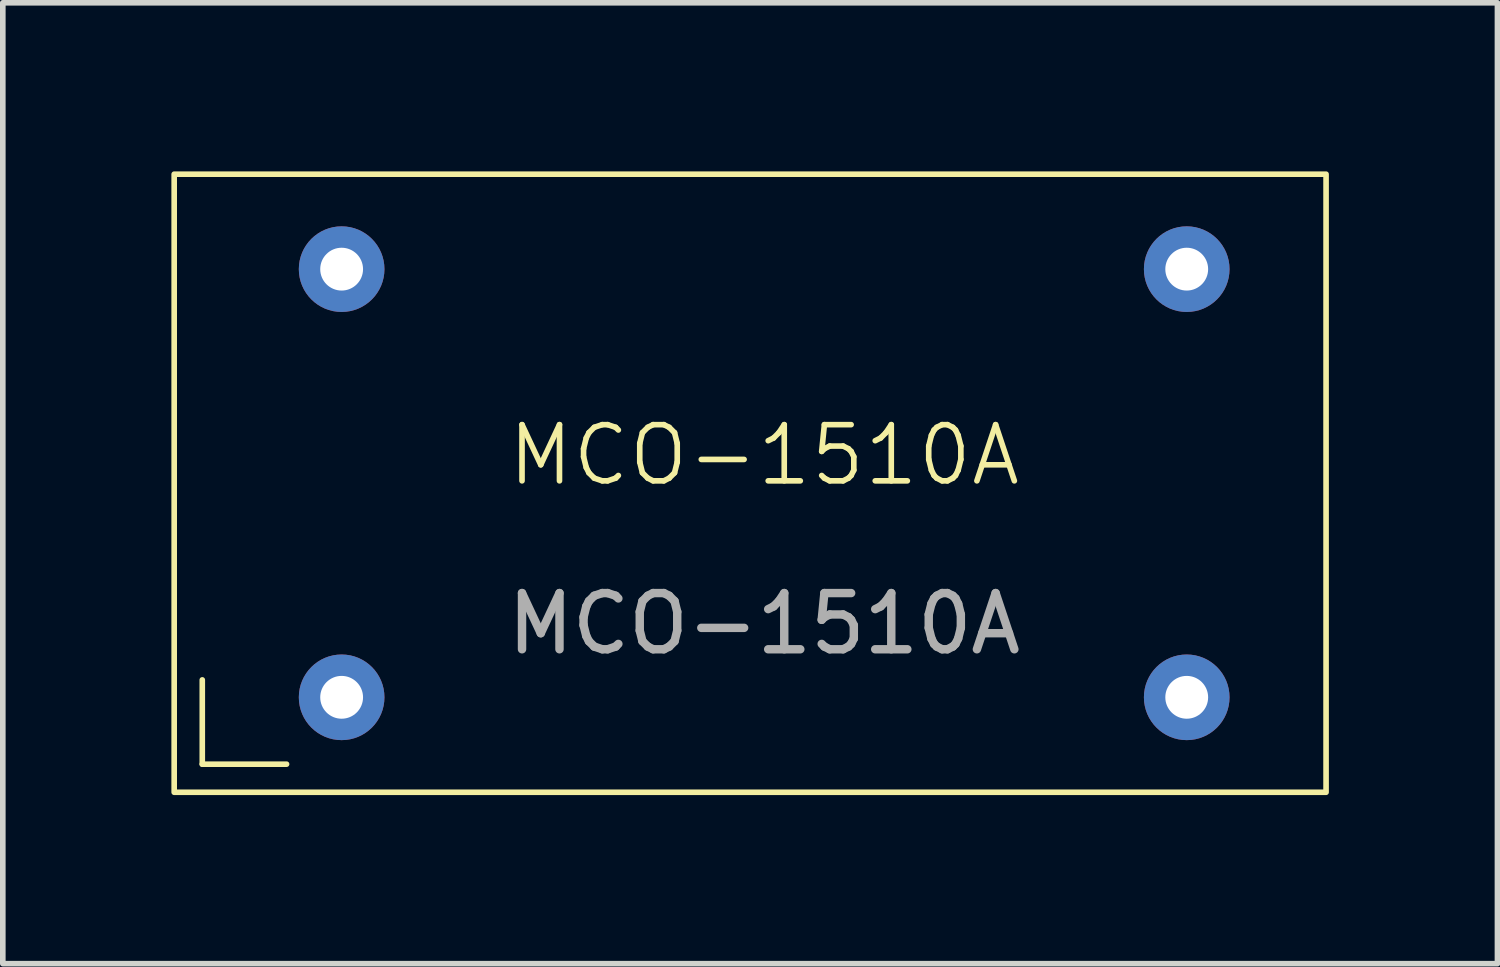
<source format=kicad_pcb>
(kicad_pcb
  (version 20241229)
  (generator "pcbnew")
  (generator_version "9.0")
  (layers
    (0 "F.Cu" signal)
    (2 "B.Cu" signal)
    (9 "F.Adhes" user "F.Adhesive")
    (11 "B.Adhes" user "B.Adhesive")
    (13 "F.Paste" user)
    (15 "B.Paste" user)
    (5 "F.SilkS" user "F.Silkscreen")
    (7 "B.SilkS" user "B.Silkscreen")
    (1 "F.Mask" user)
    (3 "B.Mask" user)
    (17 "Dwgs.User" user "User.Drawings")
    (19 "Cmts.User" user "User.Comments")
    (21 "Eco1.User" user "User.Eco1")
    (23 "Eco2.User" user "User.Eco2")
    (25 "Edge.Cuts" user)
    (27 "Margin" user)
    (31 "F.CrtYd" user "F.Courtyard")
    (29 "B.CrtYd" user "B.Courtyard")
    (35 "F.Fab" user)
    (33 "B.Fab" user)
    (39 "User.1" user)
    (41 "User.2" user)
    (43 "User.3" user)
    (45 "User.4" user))
  (footprint "MCO-1510A"
    (layer "F.Cu")
    (at 10.55 5.55)
    (property "Reference" "MCO-1510A" (at 0 -0.5 0) (unlocked yes) (layer "F.SilkS") (effects (font (size 1 1) (thickness 0.1))))
    (attr through_hole)
    (fp_line (start -10 3.5) (end -10 5) (stroke (width 0.1) (type default)) (layer "F.SilkS"))
    (fp_line (start -10 5) (end -8.5 5) (stroke (width 0.1) (type default)) (layer "F.SilkS"))
    (fp_rect (start -10.5 -5.5) (end 10 5.5) (stroke (width 0.1) (type default)) (fill no) (layer "F.SilkS"))
    (fp_text user "${REFERENCE}" (at 0 2.5 0) (unlocked yes) (layer "F.Fab") (effects (font (size 1 1) (thickness 0.15))))
    (pad "1" thru_hole circle (at -7.52 3.81) (size 1.524 1.524) (drill 0.762) (layers "*.Cu" "*.Mask"))
    (pad "7" thru_hole circle (at 7.52 3.81) (size 1.524 1.524) (drill 0.762) (layers "*.Cu" "*.Mask"))
    (pad "8" thru_hole circle (at 7.52 -3.81) (size 1.524 1.524) (drill 0.762) (layers "*.Cu" "*.Mask"))
    (pad "14" thru_hole circle (at -7.52 -3.81) (size 1.524 1.524) (drill 0.762) (layers "*.Cu" "*.Mask")))
  (gr_rect
    (start -3 -3)
    (end 23.6 14.1)
    (stroke (width 0.1) (type default))
    (fill no)
    (layer "Edge.Cuts")))
</source>
